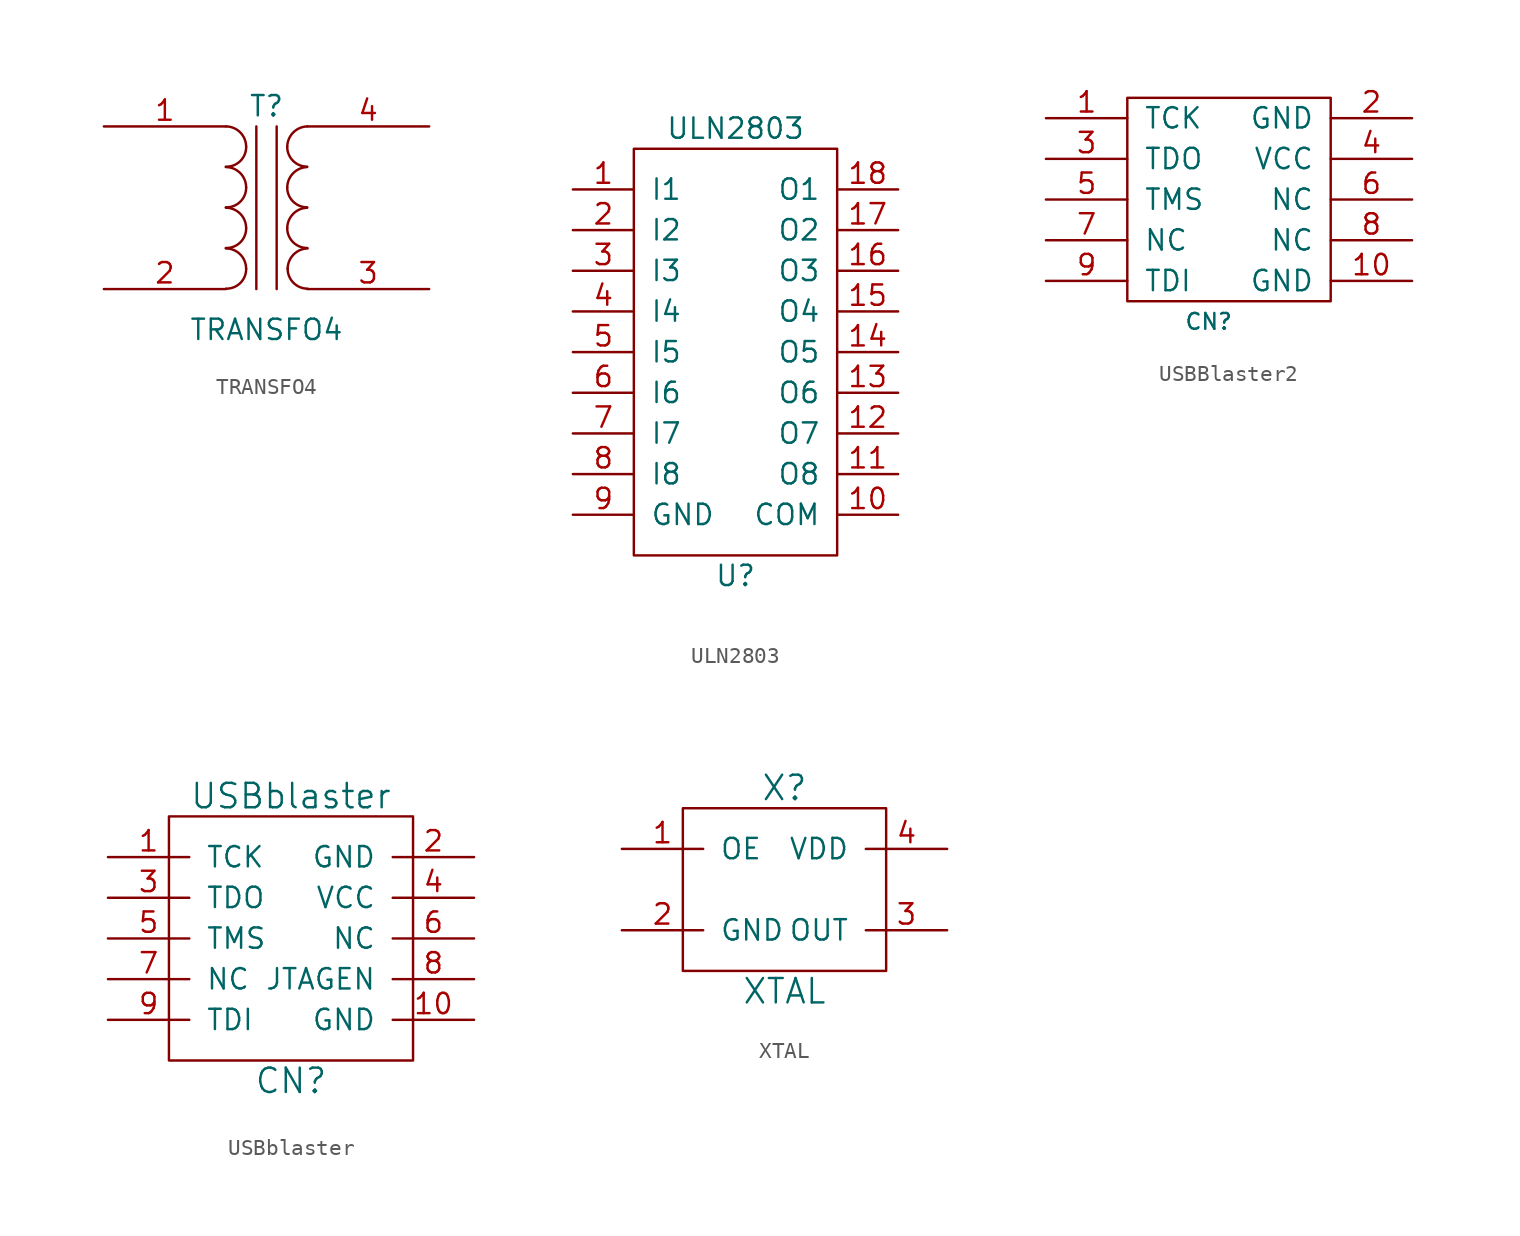
<source format=kicad_sym>
(kicad_symbol_lib
  (version 20210619)
  (generator kicad_symbol_editor)
  (symbol "hermeslite:TRANSFO4"
    (pin_names
      (offset 1.016) hide)
    (property "Reference" "T"
      (at 0 6.35 0)
      (effects (font (size 1.27 1.27))))
    (property "Value" "TRANSFO4"
      (at 0 -7.62 0)
      (effects (font (size 1.27 1.27))))
    (property "Footprint" ""
      (at 0 0 0)
      (effects (font (size 1.27 1.27))))
    (property "Datasheet" ""
      (at 0 0 0)
      (effects (font (size 1.27 1.27))))
    (symbol "TRANSFO4_0_1"
      (arc (start -2.54 -2.54) (end -1.27 -3.81) (radius (at -2.54 -3.81) (length 1.27) (angles 89.9 0.1)) (stroke (width 0)) (fill (type none)))
      (arc (start -1.27 -3.81) (end -2.54 -5.0546) (radius (at -2.54 -3.81) (length 1.27) (angles -0.1 -89.9)) (stroke (width 0)) (fill (type none)))
      (arc (start -2.54 0) (end -1.27 -1.27) (radius (at -2.54 -1.27) (length 1.27) (angles 89.9 0.1)) (stroke (width 0)) (fill (type none)))
      (arc (start -1.27 -1.27) (end -2.54 -2.5146) (radius (at -2.54 -1.27) (length 1.27) (angles -0.1 -89.9)) (stroke (width 0)) (fill (type none)))
      (arc (start -2.54 2.54) (end -1.27 1.27) (radius (at -2.54 1.27) (length 1.27) (angles 89.9 0.1)) (stroke (width 0)) (fill (type none)))
      (arc (start -1.27 1.27) (end -2.54 0.0254) (radius (at -2.54 1.27) (length 1.27) (angles -0.1 -89.9)) (stroke (width 0)) (fill (type none)))
      (arc (start -2.54 5.08) (end -1.27 3.81) (radius (at -2.54 3.81) (length 1.27) (angles 89.9 0.1)) (stroke (width 0)) (fill (type none)))
      (arc (start -1.27 3.81) (end -2.54 2.5654) (radius (at -2.54 3.81) (length 1.27) (angles -0.1 -89.9)) (stroke (width 0)) (fill (type none)))
      (arc (start 2.54 0) (end 1.2954 -1.27) (radius (at 2.54 -1.27) (length 1.27) (angles 89.9 -179.9)) (stroke (width 0)) (fill (type none)))
      (arc (start 1.2954 -1.27) (end 2.54 -2.5146) (radius (at 2.54 -1.27) (length 1.27) (angles 179.9 -89.9)) (stroke (width 0)) (fill (type none)))
      (arc (start 2.54 2.54) (end 1.2954 1.27) (radius (at 2.54 1.27) (length 1.27) (angles 89.9 -179.9)) (stroke (width 0)) (fill (type none)))
      (arc (start 1.2954 1.27) (end 2.54 0.0254) (radius (at 2.54 1.27) (length 1.27) (angles 179.9 -89.9)) (stroke (width 0)) (fill (type none)))
      (arc (start 2.54 5.08) (end 1.2954 3.81) (radius (at 2.54 3.81) (length 1.27) (angles 89.9 -179.9)) (stroke (width 0)) (fill (type none)))
      (arc (start 1.2954 3.81) (end 2.54 2.5654) (radius (at 2.54 3.81) (length 1.27) (angles 179.9 -89.9)) (stroke (width 0)) (fill (type none)))
      (arc (start 2.5654 -2.54) (end 1.3208 -3.81) (radius (at 2.5654 -3.81) (length 1.27) (angles 91 -179.9)) (stroke (width 0)) (fill (type none)))
      (arc (start 2.5654 -5.0546) (end 1.3208 -3.81) (radius (at 2.5654 -3.81) (length 1.27) (angles -91.2 -179.9)) (stroke (width 0)) (fill (type none)))
      (polyline (pts (xy -0.635 5.08) (xy -0.635 -5.08)) (stroke (width 0)) (fill (type none)))
      (polyline (pts (xy 0.635 -5.08) (xy 0.635 5.08)) (stroke (width 0)) (fill (type none))))
    (symbol "TRANSFO4_1_1"
      (pin passive line (at -10.16 5.08 0) (length 7.62) (name "PR1" (effects (font (size 1.27 1.27)))) (number "1" (effects (font (size 1.27 1.27)))))
      (pin passive line (at -10.16 -5.08 0) (length 7.62) (name "PR2" (effects (font (size 1.27 1.27)))) (number "2" (effects (font (size 1.27 1.27)))))
      (pin passive line (at 10.16 -5.08 180) (length 7.62) (name "S1" (effects (font (size 1.27 1.27)))) (number "3" (effects (font (size 1.27 1.27)))))
      (pin passive line (at 10.16 5.08 180) (length 7.62) (name "S2" (effects (font (size 1.27 1.27)))) (number "4" (effects (font (size 1.27 1.27)))))))
  (symbol "hermeslite:ULN2803"
    (pin_names
      (offset 1.016))
    (property "Reference" "U"
      (at 0 -13.97 0)
      (effects (font (size 1.27 1.27))))
    (property "Value" "ULN2803"
      (at 0 13.97 0)
      (effects (font (size 1.27 1.27))))
    (symbol "ULN2803_1_0"
      (rectangle (start -6.35 -12.7) (end 6.35 12.7) (stroke (width 0)) (fill (type none))))
    (symbol "ULN2803_1_1"
      (pin input line (at -10.16 10.16 0) (length 3.81) (name "I1" (effects (font (size 1.27 1.27)))) (number "1" (effects (font (size 1.27 1.27)))))
      (pin power_in line (at 10.16 -10.16 180) (length 3.81) (name "COM" (effects (font (size 1.27 1.27)))) (number "10" (effects (font (size 1.27 1.27)))))
      (pin output line (at 10.16 -7.62 180) (length 3.81) (name "O8" (effects (font (size 1.27 1.27)))) (number "11" (effects (font (size 1.27 1.27)))))
      (pin output line (at 10.16 -5.08 180) (length 3.81) (name "O7" (effects (font (size 1.27 1.27)))) (number "12" (effects (font (size 1.27 1.27)))))
      (pin output line (at 10.16 -2.54 180) (length 3.81) (name "O6" (effects (font (size 1.27 1.27)))) (number "13" (effects (font (size 1.27 1.27)))))
      (pin output line (at 10.16 0 180) (length 3.81) (name "O5" (effects (font (size 1.27 1.27)))) (number "14" (effects (font (size 1.27 1.27)))))
      (pin output line (at 10.16 2.54 180) (length 3.81) (name "O4" (effects (font (size 1.27 1.27)))) (number "15" (effects (font (size 1.27 1.27)))))
      (pin output line (at 10.16 5.08 180) (length 3.81) (name "O3" (effects (font (size 1.27 1.27)))) (number "16" (effects (font (size 1.27 1.27)))))
      (pin output line (at 10.16 7.62 180) (length 3.81) (name "O2" (effects (font (size 1.27 1.27)))) (number "17" (effects (font (size 1.27 1.27)))))
      (pin output line (at 10.16 10.16 180) (length 3.81) (name "O1" (effects (font (size 1.27 1.27)))) (number "18" (effects (font (size 1.27 1.27)))))
      (pin input line (at -10.16 7.62 0) (length 3.81) (name "I2" (effects (font (size 1.27 1.27)))) (number "2" (effects (font (size 1.27 1.27)))))
      (pin input line (at -10.16 5.08 0) (length 3.81) (name "I3" (effects (font (size 1.27 1.27)))) (number "3" (effects (font (size 1.27 1.27)))))
      (pin input line (at -10.16 2.54 0) (length 3.81) (name "I4" (effects (font (size 1.27 1.27)))) (number "4" (effects (font (size 1.27 1.27)))))
      (pin input line (at -10.16 0 0) (length 3.81) (name "I5" (effects (font (size 1.27 1.27)))) (number "5" (effects (font (size 1.27 1.27)))))
      (pin input line (at -10.16 -2.54 0) (length 3.81) (name "I6" (effects (font (size 1.27 1.27)))) (number "6" (effects (font (size 1.27 1.27)))))
      (pin input line (at -10.16 -5.08 0) (length 3.81) (name "I7" (effects (font (size 1.27 1.27)))) (number "7" (effects (font (size 1.27 1.27)))))
      (pin input line (at -10.16 -7.62 0) (length 3.81) (name "I8" (effects (font (size 1.27 1.27)))) (number "8" (effects (font (size 1.27 1.27)))))
      (pin power_in line (at -10.16 -10.16 0) (length 3.81) (name "GND" (effects (font (size 1.27 1.27)))) (number "9" (effects (font (size 1.27 1.27)))))))
  (symbol "hermeslite:USBBlaster2"
    (pin_names
      (offset 1.016))
    (property "Reference" "CN"
      (at 5.08 -1.27 0)
      (effects (font (size 0.991 0.991))))
    (property "Footprint" ""
      (at 0 0 0)
      (effects (font (size 1.524 1.524))))
    (property "Datasheet" ""
      (at 0 0 0)
      (effects (font (size 1.524 1.524))))
    (symbol "USBBlaster2_0_1"
      (rectangle (start 0 12.7) (end 12.7 0) (stroke (width 0)) (fill (type none))))
    (symbol "USBBlaster2_1_1"
      (pin input line (at -5.08 11.43 0) (length 5.08) (name "TCK" (effects (font (size 1.27 1.27)))) (number "1" (effects (font (size 1.27 1.27)))))
      (pin input line (at 17.78 1.27 180) (length 5.08) (name "GND" (effects (font (size 1.27 1.27)))) (number "10" (effects (font (size 1.27 1.27)))))
      (pin input line (at 17.78 11.43 180) (length 5.08) (name "GND" (effects (font (size 1.27 1.27)))) (number "2" (effects (font (size 1.27 1.27)))))
      (pin input line (at -5.08 8.89 0) (length 5.08) (name "TDO" (effects (font (size 1.27 1.27)))) (number "3" (effects (font (size 1.27 1.27)))))
      (pin input line (at 17.78 8.89 180) (length 5.08) (name "VCC" (effects (font (size 1.27 1.27)))) (number "4" (effects (font (size 1.27 1.27)))))
      (pin input line (at -5.08 6.35 0) (length 5.08) (name "TMS" (effects (font (size 1.27 1.27)))) (number "5" (effects (font (size 1.27 1.27)))))
      (pin input line (at 17.78 6.35 180) (length 5.08) (name "NC" (effects (font (size 1.27 1.27)))) (number "6" (effects (font (size 1.27 1.27)))))
      (pin input line (at -5.08 3.81 0) (length 5.08) (name "NC" (effects (font (size 1.27 1.27)))) (number "7" (effects (font (size 1.27 1.27)))))
      (pin input line (at 17.78 3.81 180) (length 5.08) (name "NC" (effects (font (size 1.27 1.27)))) (number "8" (effects (font (size 1.27 1.27)))))
      (pin input line (at -5.08 1.27 0) (length 5.08) (name "TDI" (effects (font (size 1.27 1.27)))) (number "9" (effects (font (size 1.27 1.27)))))))
  (symbol "hermeslite:USBblaster"
    (pin_names
      (offset 1.016))
    (property "Reference" "CN"
      (at 0 -8.89 0)
      (effects (font (size 1.524 1.524))))
    (property "Value" "USBblaster"
      (at 0 8.89 0)
      (effects (font (size 1.524 1.524))))
    (property "Footprint" ""
      (at 0 0 0)
      (effects (font (size 1.524 1.524))))
    (property "Datasheet" ""
      (at 0 0 0)
      (effects (font (size 1.524 1.524))))
    (symbol "USBblaster_0_1"
      (rectangle (start -7.62 7.62) (end 7.62 -7.62) (stroke (width 0)) (fill (type none))))
    (symbol "USBblaster_1_1"
      (pin bidirectional line (at -11.43 5.08 0) (length 5.08) (name "TCK" (effects (font (size 1.27 1.27)))) (number "1" (effects (font (size 1.27 1.27)))))
      (pin power_in line (at 11.43 -5.08 180) (length 5.08) (name "GND" (effects (font (size 1.27 1.27)))) (number "10" (effects (font (size 1.27 1.27)))))
      (pin bidirectional line (at 11.43 5.08 180) (length 5.08) (name "GND" (effects (font (size 1.27 1.27)))) (number "2" (effects (font (size 1.27 1.27)))))
      (pin bidirectional line (at -11.43 2.54 0) (length 5.08) (name "TDO" (effects (font (size 1.27 1.27)))) (number "3" (effects (font (size 1.27 1.27)))))
      (pin bidirectional line (at 11.43 2.54 180) (length 5.08) (name "VCC" (effects (font (size 1.27 1.27)))) (number "4" (effects (font (size 1.27 1.27)))))
      (pin bidirectional line (at -11.43 0 0) (length 5.08) (name "TMS" (effects (font (size 1.27 1.27)))) (number "5" (effects (font (size 1.27 1.27)))))
      (pin bidirectional line (at 11.43 0 180) (length 5.08) (name "NC" (effects (font (size 1.27 1.27)))) (number "6" (effects (font (size 1.27 1.27)))))
      (pin bidirectional line (at -11.43 -2.54 0) (length 5.08) (name "NC" (effects (font (size 1.27 1.27)))) (number "7" (effects (font (size 1.27 1.27)))))
      (pin bidirectional line (at 11.43 -2.54 180) (length 5.08) (name "JTAGEN" (effects (font (size 1.27 1.27)))) (number "8" (effects (font (size 1.27 1.27)))))
      (pin bidirectional line (at -11.43 -5.08 0) (length 5.08) (name "TDI" (effects (font (size 1.27 1.27)))) (number "9" (effects (font (size 1.27 1.27)))))))
  (symbol "hermeslite:XTAL"
    (pin_names
      (offset 1.016))
    (property "Reference" "X"
      (at 0 6.35 0)
      (effects (font (size 1.524 1.524))))
    (property "Value" "XTAL"
      (at 0 -6.35 0)
      (effects (font (size 1.524 1.524))))
    (property "Footprint" ""
      (at 0 0 0)
      (effects (font (size 1.524 1.524))))
    (property "Datasheet" ""
      (at 0 0 0)
      (effects (font (size 1.524 1.524))))
    (symbol "XTAL_0_1"
      (rectangle (start -6.35 5.08) (end 6.35 -5.08) (stroke (width 0)) (fill (type none))))
    (symbol "XTAL_1_1"
      (pin input line (at -10.16 2.54 0) (length 5.08) (name "OE" (effects (font (size 1.27 1.27)))) (number "1" (effects (font (size 1.27 1.27)))))
      (pin power_in line (at -10.16 -2.54 0) (length 5.08) (name "GND" (effects (font (size 1.27 1.27)))) (number "2" (effects (font (size 1.27 1.27)))))
      (pin output line (at 10.16 -2.54 180) (length 5.08) (name "OUT" (effects (font (size 1.27 1.27)))) (number "3" (effects (font (size 1.27 1.27)))))
      (pin power_in line (at 10.16 2.54 180) (length 5.08) (name "VDD" (effects (font (size 1.27 1.27)))) (number "4" (effects (font (size 1.27 1.27))))))))
</source>
